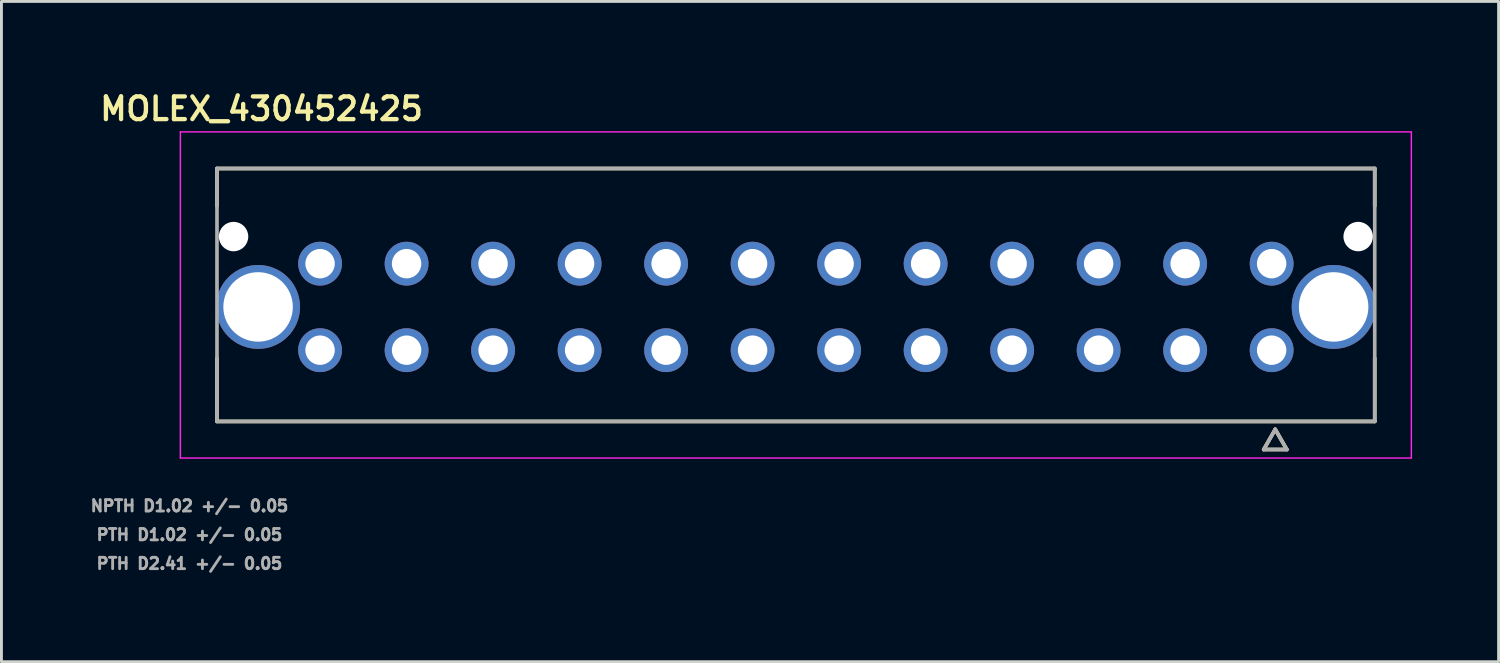
<source format=kicad_pcb>
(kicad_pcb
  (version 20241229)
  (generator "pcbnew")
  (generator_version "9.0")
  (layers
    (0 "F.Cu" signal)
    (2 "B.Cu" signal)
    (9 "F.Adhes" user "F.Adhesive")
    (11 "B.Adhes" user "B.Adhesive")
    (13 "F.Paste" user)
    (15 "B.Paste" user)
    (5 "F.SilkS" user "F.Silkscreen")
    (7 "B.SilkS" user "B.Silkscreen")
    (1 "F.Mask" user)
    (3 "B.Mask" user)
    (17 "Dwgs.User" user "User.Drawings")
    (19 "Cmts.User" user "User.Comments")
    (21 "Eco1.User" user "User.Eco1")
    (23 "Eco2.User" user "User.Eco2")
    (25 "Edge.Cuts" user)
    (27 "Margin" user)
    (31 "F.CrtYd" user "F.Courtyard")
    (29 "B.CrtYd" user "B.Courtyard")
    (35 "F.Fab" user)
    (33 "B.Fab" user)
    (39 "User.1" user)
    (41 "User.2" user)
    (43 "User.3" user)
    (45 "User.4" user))
  (footprint "MOLEX_430452425"
    (layer "F.Cu")
    (at 41.05 9.094)
    (property "Reference" "MOLEX_430452425" (at -35.03 -8.37 0) (layer "F.SilkS") (effects (font (size 0.787 0.787) (thickness 0.15))))
    (attr through_hole)
    (fp_circle (center -36 -3.94) (end -35.707 -3.94) (stroke (width 0.586) (type solid)) (fill no) (layer "F.Mask"))
    (fp_circle (center -35.15 -1.5) (end -34.384 -1.5) (stroke (width 1.531) (type solid)) (fill no) (layer "F.Mask"))
    (fp_circle (center -33 -3) (end -32.582 -3) (stroke (width 0.836) (type solid)) (fill no) (layer "F.Mask"))
    (fp_circle (center -33 0) (end -32.582 0) (stroke (width 0.836) (type solid)) (fill no) (layer "F.Mask"))
    (fp_circle (center -30 -3) (end -29.582 -3) (stroke (width 0.836) (type solid)) (fill no) (layer "F.Mask"))
    (fp_circle (center -30 0) (end -29.582 0) (stroke (width 0.836) (type solid)) (fill no) (layer "F.Mask"))
    (fp_circle (center -27 -3) (end -26.582 -3) (stroke (width 0.836) (type solid)) (fill no) (layer "F.Mask"))
    (fp_circle (center -27 0) (end -26.582 0) (stroke (width 0.836) (type solid)) (fill no) (layer "F.Mask"))
    (fp_circle (center -24 -3) (end -23.582 -3) (stroke (width 0.836) (type solid)) (fill no) (layer "F.Mask"))
    (fp_circle (center -24 0) (end -23.582 0) (stroke (width 0.836) (type solid)) (fill no) (layer "F.Mask"))
    (fp_circle (center -21 -3) (end -20.582 -3) (stroke (width 0.836) (type solid)) (fill no) (layer "F.Mask"))
    (fp_circle (center -21 0) (end -20.582 0) (stroke (width 0.836) (type solid)) (fill no) (layer "F.Mask"))
    (fp_circle (center -18 -3) (end -17.582 -3) (stroke (width 0.836) (type solid)) (fill no) (layer "F.Mask"))
    (fp_circle (center -18 0) (end -17.582 0) (stroke (width 0.836) (type solid)) (fill no) (layer "F.Mask"))
    (fp_circle (center -15 -3) (end -14.582 -3) (stroke (width 0.836) (type solid)) (fill no) (layer "F.Mask"))
    (fp_circle (center -15 0) (end -14.582 0) (stroke (width 0.836) (type solid)) (fill no) (layer "F.Mask"))
    (fp_circle (center -12 -3) (end -11.582 -3) (stroke (width 0.836) (type solid)) (fill no) (layer "F.Mask"))
    (fp_circle (center -12 0) (end -11.582 0) (stroke (width 0.836) (type solid)) (fill no) (layer "F.Mask"))
    (fp_circle (center -9 -3) (end -8.582 -3) (stroke (width 0.836) (type solid)) (fill no) (layer "F.Mask"))
    (fp_circle (center -9 0) (end -8.582 0) (stroke (width 0.836) (type solid)) (fill no) (layer "F.Mask"))
    (fp_circle (center -6 -3) (end -5.582 -3) (stroke (width 0.836) (type solid)) (fill no) (layer "F.Mask"))
    (fp_circle (center -6 0) (end -5.582 0) (stroke (width 0.836) (type solid)) (fill no) (layer "F.Mask"))
    (fp_circle (center -3 -3) (end -2.582 -3) (stroke (width 0.836) (type solid)) (fill no) (layer "F.Mask"))
    (fp_circle (center -3 0) (end -2.582 0) (stroke (width 0.836) (type solid)) (fill no) (layer "F.Mask"))
    (fp_circle (center 0 -3) (end 0.418 -3) (stroke (width 0.836) (type solid)) (fill no) (layer "F.Mask"))
    (fp_circle (center 0 0) (end 0.418 0) (stroke (width 0.836) (type solid)) (fill no) (layer "F.Mask"))
    (fp_circle (center 2.15 -1.5) (end 2.916 -1.5) (stroke (width 1.531) (type solid)) (fill no) (layer "F.Mask"))
    (fp_circle (center 3 -3.94) (end 3.293 -3.94) (stroke (width 0.586) (type solid)) (fill no) (layer "F.Mask"))
    (fp_circle (center -36 -3.94) (end -35.707 -3.94) (stroke (width 0.586) (type solid)) (fill no) (layer "B.Mask"))
    (fp_circle (center -35.15 -1.5) (end -34.384 -1.5) (stroke (width 1.531) (type solid)) (fill no) (layer "B.Mask"))
    (fp_circle (center -33 -3) (end -32.582 -3) (stroke (width 0.836) (type solid)) (fill no) (layer "B.Mask"))
    (fp_circle (center -33 0) (end -32.582 0) (stroke (width 0.836) (type solid)) (fill no) (layer "B.Mask"))
    (fp_circle (center -30 -3) (end -29.582 -3) (stroke (width 0.836) (type solid)) (fill no) (layer "B.Mask"))
    (fp_circle (center -30 0) (end -29.582 0) (stroke (width 0.836) (type solid)) (fill no) (layer "B.Mask"))
    (fp_circle (center -27 -3) (end -26.582 -3) (stroke (width 0.836) (type solid)) (fill no) (layer "B.Mask"))
    (fp_circle (center -27 0) (end -26.582 0) (stroke (width 0.836) (type solid)) (fill no) (layer "B.Mask"))
    (fp_circle (center -24 -3) (end -23.582 -3) (stroke (width 0.836) (type solid)) (fill no) (layer "B.Mask"))
    (fp_circle (center -24 0) (end -23.582 0) (stroke (width 0.836) (type solid)) (fill no) (layer "B.Mask"))
    (fp_circle (center -21 -3) (end -20.582 -3) (stroke (width 0.836) (type solid)) (fill no) (layer "B.Mask"))
    (fp_circle (center -21 0) (end -20.582 0) (stroke (width 0.836) (type solid)) (fill no) (layer "B.Mask"))
    (fp_circle (center -18 -3) (end -17.582 -3) (stroke (width 0.836) (type solid)) (fill no) (layer "B.Mask"))
    (fp_circle (center -18 0) (end -17.582 0) (stroke (width 0.836) (type solid)) (fill no) (layer "B.Mask"))
    (fp_circle (center -15 -3) (end -14.582 -3) (stroke (width 0.836) (type solid)) (fill no) (layer "B.Mask"))
    (fp_circle (center -15 0) (end -14.582 0) (stroke (width 0.836) (type solid)) (fill no) (layer "B.Mask"))
    (fp_circle (center -12 -3) (end -11.582 -3) (stroke (width 0.836) (type solid)) (fill no) (layer "B.Mask"))
    (fp_circle (center -12 0) (end -11.582 0) (stroke (width 0.836) (type solid)) (fill no) (layer "B.Mask"))
    (fp_circle (center -9 -3) (end -8.582 -3) (stroke (width 0.836) (type solid)) (fill no) (layer "B.Mask"))
    (fp_circle (center -9 0) (end -8.582 0) (stroke (width 0.836) (type solid)) (fill no) (layer "B.Mask"))
    (fp_circle (center -6 -3) (end -5.582 -3) (stroke (width 0.836) (type solid)) (fill no) (layer "B.Mask"))
    (fp_circle (center -6 0) (end -5.582 0) (stroke (width 0.836) (type solid)) (fill no) (layer "B.Mask"))
    (fp_circle (center -3 -3) (end -2.582 -3) (stroke (width 0.836) (type solid)) (fill no) (layer "B.Mask"))
    (fp_circle (center -3 0) (end -2.582 0) (stroke (width 0.836) (type solid)) (fill no) (layer "B.Mask"))
    (fp_circle (center 0 -3) (end 0.418 -3) (stroke (width 0.836) (type solid)) (fill no) (layer "B.Mask"))
    (fp_circle (center 0 0) (end 0.418 0) (stroke (width 0.836) (type solid)) (fill no) (layer "B.Mask"))
    (fp_circle (center 2.15 -1.5) (end 2.916 -1.5) (stroke (width 1.531) (type solid)) (fill no) (layer "B.Mask"))
    (fp_circle (center 3 -3.94) (end 3.293 -3.94) (stroke (width 0.586) (type solid)) (fill no) (layer "B.Mask"))
    (fp_line (start -36.575 -6.3) (end 3.575 -6.3) (stroke (width 0.127) (type solid)) (layer "F.SilkS"))
    (fp_line (start -36.575 -5) (end -36.575 -6.3) (stroke (width 0.127) (type solid)) (layer "F.SilkS"))
    (fp_line (start -36.575 2.47) (end -36.575 0.275) (stroke (width 0.127) (type solid)) (layer "F.SilkS"))
    (fp_line (start -0.275 3.445) (end 0.525 3.445) (stroke (width 0.127) (type solid)) (layer "F.SilkS"))
    (fp_line (start 0.125 2.745) (end -0.275 3.445) (stroke (width 0.127) (type solid)) (layer "F.SilkS"))
    (fp_line (start 0.525 3.445) (end 0.125 2.745) (stroke (width 0.127) (type solid)) (layer "F.SilkS"))
    (fp_line (start 3.575 -6.3) (end 3.575 -5) (stroke (width 0.127) (type solid)) (layer "F.SilkS"))
    (fp_line (start 3.575 0.275) (end 3.575 2.47) (stroke (width 0.127) (type solid)) (layer "F.SilkS"))
    (fp_line (start 3.575 2.47) (end -36.575 2.47) (stroke (width 0.127) (type solid)) (layer "F.SilkS"))
    (fp_line (start -37.845 -7.57) (end -37.845 3.74) (stroke (width 0.05) (type solid)) (layer "F.CrtYd"))
    (fp_line (start -37.845 3.74) (end 4.845 3.74) (stroke (width 0.05) (type solid)) (layer "F.CrtYd"))
    (fp_line (start 4.845 -7.57) (end -37.845 -7.57) (stroke (width 0.05) (type solid)) (layer "F.CrtYd"))
    (fp_line (start 4.845 3.74) (end 4.845 -7.57) (stroke (width 0.05) (type solid)) (layer "F.CrtYd"))
    (fp_line (start -36.575 -6.3) (end -36.575 2.47) (stroke (width 0.127) (type solid)) (layer "F.Fab"))
    (fp_line (start -36.575 2.47) (end 3.575 2.47) (stroke (width 0.127) (type solid)) (layer "F.Fab"))
    (fp_line (start -0.275 3.445) (end 0.525 3.445) (stroke (width 0.127) (type solid)) (layer "F.Fab"))
    (fp_line (start 0.125 2.745) (end -0.275 3.445) (stroke (width 0.127) (type solid)) (layer "F.Fab"))
    (fp_line (start 0.525 3.445) (end 0.125 2.745) (stroke (width 0.127) (type solid)) (layer "F.Fab"))
    (fp_line (start 3.575 -6.3) (end -36.575 -6.3) (stroke (width 0.127) (type solid)) (layer "F.Fab"))
    (fp_line (start 3.575 2.47) (end 3.575 -6.3) (stroke (width 0.127) (type solid)) (layer "F.Fab"))
    (fp_text user "PTH D1.02 +/- 0.05" (at -37.53 6.4 0) (layer "F.Fab") (effects (font (size 0.394 0.394) (thickness 0.15))))
    (fp_text user "NPTH D1.02 +/- 0.05" (at -37.53 5.4 0) (layer "F.Fab") (effects (font (size 0.394 0.394) (thickness 0.15))))
    (fp_text user "PTH D2.41 +/- 0.05" (at -37.53 7.4 0) (layer "F.Fab") (effects (font (size 0.394 0.394) (thickness 0.15))))
    (pad "" np_thru_hole circle (at -36 -3.94) (size 1.02 1.02) (drill 1.02) (layers "*.Cu" "*.Mask"))
    (pad "" np_thru_hole circle (at 3 -3.94) (size 1.02 1.02) (drill 1.02) (layers "*.Cu" "*.Mask"))
    (pad "1" thru_hole circle (at 0 0) (size 1.52 1.52) (drill 1.02) (layers "*.Cu"))
    (pad "2" thru_hole circle (at -3 0) (size 1.52 1.52) (drill 1.02) (layers "*.Cu"))
    (pad "3" thru_hole circle (at -6 0) (size 1.52 1.52) (drill 1.02) (layers "*.Cu"))
    (pad "4" thru_hole circle (at -9 0) (size 1.52 1.52) (drill 1.02) (layers "*.Cu"))
    (pad "5" thru_hole circle (at -12 0) (size 1.52 1.52) (drill 1.02) (layers "*.Cu"))
    (pad "6" thru_hole circle (at -15 0) (size 1.52 1.52) (drill 1.02) (layers "*.Cu"))
    (pad "7" thru_hole circle (at -18 0) (size 1.52 1.52) (drill 1.02) (layers "*.Cu"))
    (pad "8" thru_hole circle (at -21 0) (size 1.52 1.52) (drill 1.02) (layers "*.Cu"))
    (pad "9" thru_hole circle (at -24 0) (size 1.52 1.52) (drill 1.02) (layers "*.Cu"))
    (pad "10" thru_hole circle (at -27 0) (size 1.52 1.52) (drill 1.02) (layers "*.Cu"))
    (pad "11" thru_hole circle (at -30 0) (size 1.52 1.52) (drill 1.02) (layers "*.Cu"))
    (pad "12" thru_hole circle (at -33 0) (size 1.52 1.52) (drill 1.02) (layers "*.Cu"))
    (pad "13" thru_hole circle (at 0 -3) (size 1.52 1.52) (drill 1.02) (layers "*.Cu"))
    (pad "14" thru_hole circle (at -3 -3) (size 1.52 1.52) (drill 1.02) (layers "*.Cu"))
    (pad "15" thru_hole circle (at -6 -3) (size 1.52 1.52) (drill 1.02) (layers "*.Cu"))
    (pad "16" thru_hole circle (at -9 -3) (size 1.52 1.52) (drill 1.02) (layers "*.Cu"))
    (pad "17" thru_hole circle (at -12 -3) (size 1.52 1.52) (drill 1.02) (layers "*.Cu"))
    (pad "18" thru_hole circle (at -15 -3) (size 1.52 1.52) (drill 1.02) (layers "*.Cu"))
    (pad "19" thru_hole circle (at -18 -3) (size 1.52 1.52) (drill 1.02) (layers "*.Cu"))
    (pad "20" thru_hole circle (at -21 -3) (size 1.52 1.52) (drill 1.02) (layers "*.Cu"))
    (pad "21" thru_hole circle (at -24 -3) (size 1.52 1.52) (drill 1.02) (layers "*.Cu"))
    (pad "22" thru_hole circle (at -27 -3) (size 1.52 1.52) (drill 1.02) (layers "*.Cu"))
    (pad "23" thru_hole circle (at -30 -3) (size 1.52 1.52) (drill 1.02) (layers "*.Cu"))
    (pad "24" thru_hole circle (at -33 -3) (size 1.52 1.52) (drill 1.02) (layers "*.Cu"))
    (pad "S1" thru_hole circle (at 2.15 -1.5) (size 2.91 2.91) (drill 2.41) (layers "*.Cu"))
    (pad "S2" thru_hole circle (at -35.15 -1.5) (size 2.91 2.91) (drill 2.41) (layers "*.Cu")))
  (gr_rect
    (start -3 -3)
    (end 48.92 19.897)
    (stroke (width 0.1) (type default))
    (fill no)
    (layer "Edge.Cuts")))
</source>
